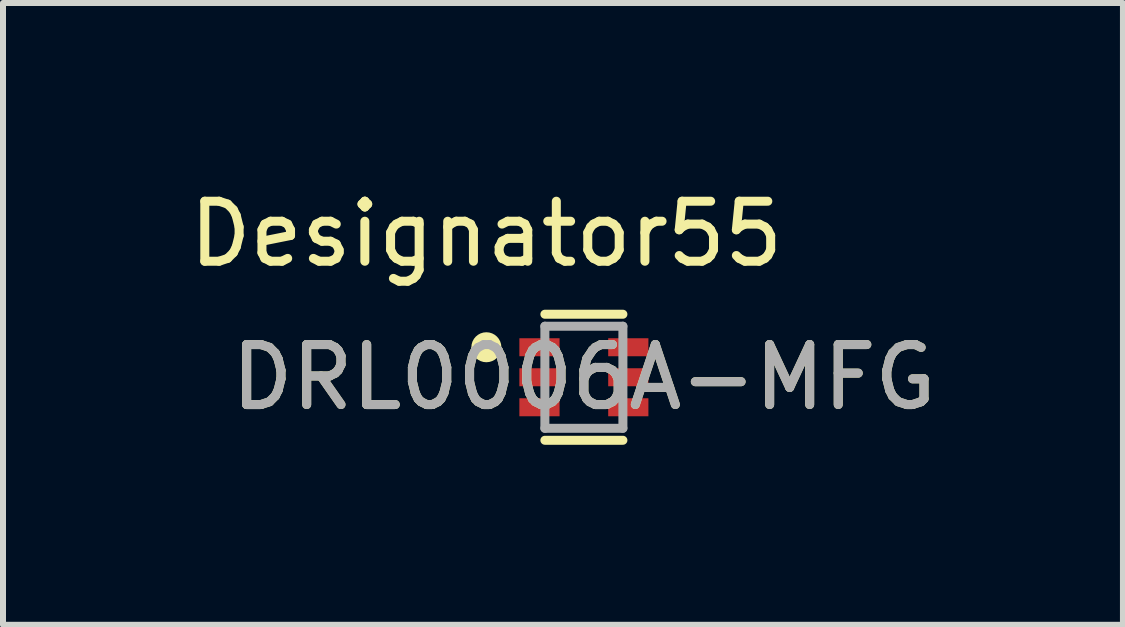
<source format=kicad_pcb>
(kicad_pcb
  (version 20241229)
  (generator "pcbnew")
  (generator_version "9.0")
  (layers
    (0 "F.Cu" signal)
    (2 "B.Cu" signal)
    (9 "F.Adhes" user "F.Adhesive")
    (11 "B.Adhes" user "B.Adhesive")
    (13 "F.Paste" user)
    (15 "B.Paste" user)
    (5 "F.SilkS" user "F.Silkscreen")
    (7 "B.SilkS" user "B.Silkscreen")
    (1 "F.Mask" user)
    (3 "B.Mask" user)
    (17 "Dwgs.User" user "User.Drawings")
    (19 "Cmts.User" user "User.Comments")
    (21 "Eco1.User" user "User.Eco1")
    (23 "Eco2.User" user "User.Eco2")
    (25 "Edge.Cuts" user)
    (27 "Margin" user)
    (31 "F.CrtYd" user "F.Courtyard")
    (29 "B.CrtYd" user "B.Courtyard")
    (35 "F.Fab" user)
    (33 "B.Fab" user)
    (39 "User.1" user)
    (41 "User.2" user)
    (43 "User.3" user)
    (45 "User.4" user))
  (footprint "DRL0006A-MFG"
    (layer "F.Cu")
    (at 6.679 3.236)
    (property "Reference" "DRL0006A-MFG" (at 0 0 0) (unlocked yes) (layer "F.SilkS") (effects (font (size 1 1) (thickness 0.15))))
    (attr smd)
    (fp_line (start -0.65 -1.05) (end 0.65 -1.05) (stroke (width 0.15) (type solid)) (layer "F.SilkS"))
    (fp_line (start -0.65 1.05) (end 0.65 1.05) (stroke (width 0.15) (type solid)) (layer "F.SilkS"))
    (fp_circle (center -1.625 -0.5) (end -1.5 -0.5) (stroke (width 0.25) (type solid)) (fill no) (layer "F.SilkS"))
    (fp_line (start -0.65 -0.85) (end 0.65 -0.85) (stroke (width 0.15) (type solid)) (layer "F.Fab"))
    (fp_line (start -0.65 0.85) (end -0.65 -0.85) (stroke (width 0.15) (type solid)) (layer "F.Fab"))
    (fp_line (start -0.65 0.85) (end 0.65 0.85) (stroke (width 0.15) (type solid)) (layer "F.Fab"))
    (fp_line (start 0.65 0.85) (end 0.65 -0.85) (stroke (width 0.15) (type solid)) (layer "F.Fab"))
    (fp_text user "Designator55" (at -1.626 -2.388 0) (unlocked yes) (layer "F.SilkS") (effects (font (size 1 1) (thickness 0.15))))
    (fp_text user "${REFERENCE}" (at 0 0 0) (unlocked yes) (layer "F.Fab") (effects (font (size 1 1) (thickness 0.15))))
    (pad "1" smd rect (at -0.74 -0.5) (size 0.67 0.3) (layers "F.Cu" "F.Mask" "F.Paste"))
    (pad "2" smd rect (at -0.74 0) (size 0.67 0.3) (layers "F.Cu" "F.Mask" "F.Paste"))
    (pad "3" smd rect (at -0.74 0.5) (size 0.67 0.3) (layers "F.Cu" "F.Mask" "F.Paste"))
    (pad "4" smd rect (at 0.74 0.5) (size 0.67 0.3) (layers "F.Cu" "F.Mask" "F.Paste"))
    (pad "5" smd rect (at 0.74 0) (size 0.67 0.3) (layers "F.Cu" "F.Mask" "F.Paste"))
    (pad "6" smd rect (at 0.74 -0.5) (size 0.67 0.3) (layers "F.Cu" "F.Mask" "F.Paste")))
  (gr_rect
    (start -3 -3)
    (end 15.661 7.361)
    (stroke (width 0.1) (type default))
    (fill no)
    (layer "Edge.Cuts")))
</source>
